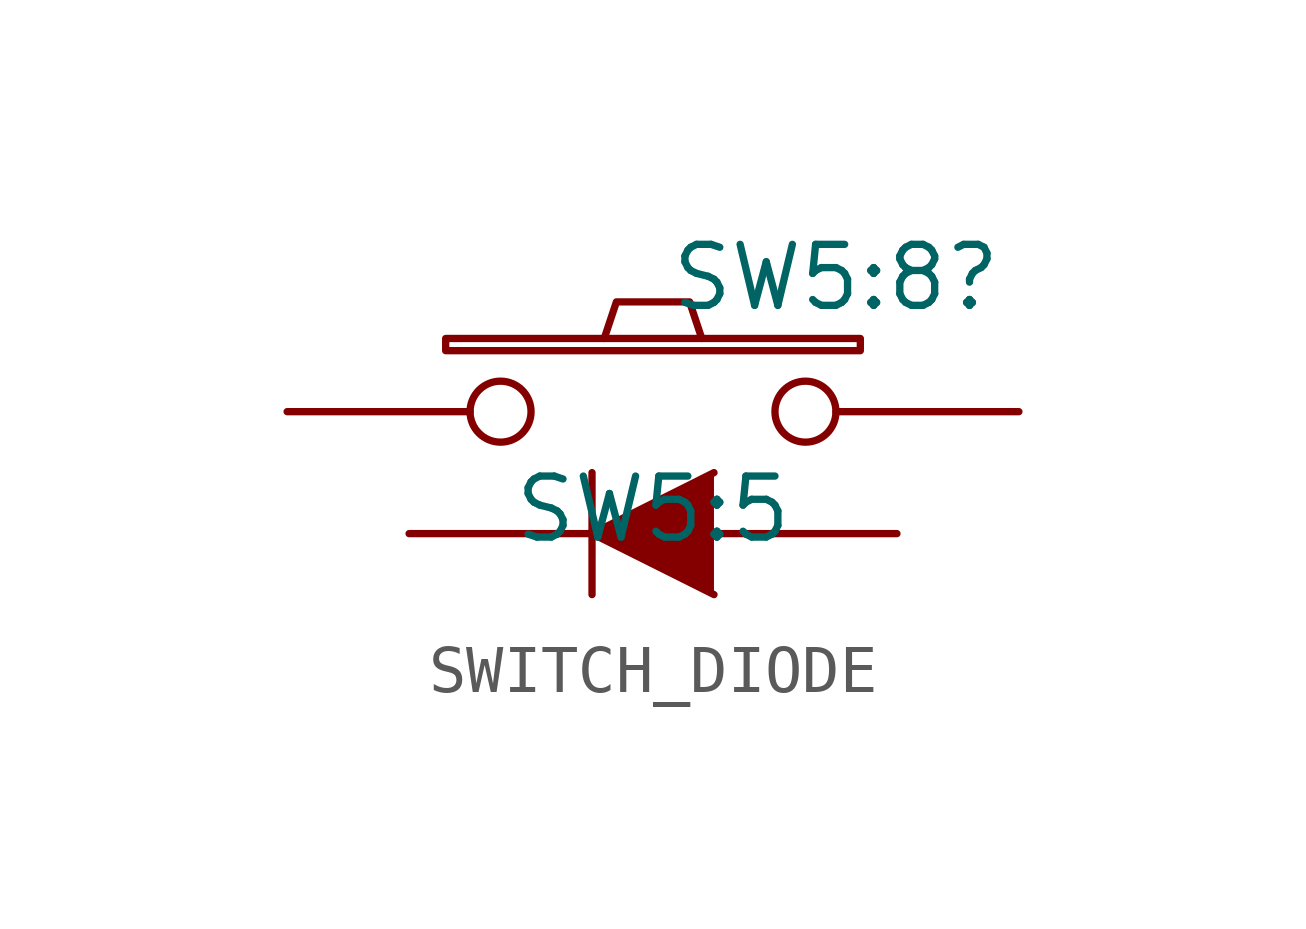
<source format=kicad_sym>
(kicad_symbol_lib
  (version 20211014)
  (generator kicad_symbol_editor)
  (symbol "SWITCH_DIODE"
    (pin_numbers hide)
    (pin_names
      (offset 1.016) hide)
    (property "Reference" "SW5:8"
      (at 3.81 2.794 0)
      (effects (font (size 1.27 1.27))))
    (property "Value" "SW5:5"
      (at 0 -2.032 0)
      (effects (font (size 1.27 1.27))))
    (symbol "SWITCH_DIODE_0_1"
      (rectangle (start -4.318 1.27) (end 4.318 1.524) (stroke (width 0) (type default) (color 0 0 0 0)) (fill (type none)))
      (polyline (pts (xy -1.27 -1.27) (xy -1.27 -3.81)) (stroke (width 0) (type default) (color 0 0 0 0)) (fill (type none)))
      (polyline (pts (xy 1.27 -1.27) (xy -1.27 -2.54) (xy 1.27 -3.81)) (stroke (width 0) (type default) (color 0 0 0 0)) (fill (type outline)))
      (polyline (pts (xy -1.016 1.524) (xy -0.762 2.286) (xy 0.762 2.286) (xy 1.016 1.524)) (stroke (width 0) (type default) (color 0 0 0 0)) (fill (type none)))
      (pin passive inverted (at -7.62 0 0) (length 5.08) (name "1" (effects (font (size 1.524 1.524)))) (number "1" (effects (font (size 1.524 1.524)))))
      (pin passive inverted (at 7.62 0 180) (length 5.08) (name "2" (effects (font (size 1.524 1.524)))) (number "2" (effects (font (size 1.524 1.524))))))
    (symbol "SWITCH_DIODE_1_1"
      (pin power_in line (at 0 0 90) (length 0) hide (name "GND" (effects (font (size 1.27 1.27)))) (number "0" (effects (font (size 1.27 1.27)))))
      (pin passive line (at 5.08 -2.54 180) (length 3.81) (name "A" (effects (font (size 1.016 1.016)))) (number "3" (effects (font (size 1.016 1.016)))))
      (pin passive line (at -5.08 -2.54 0) (length 3.81) (name "K" (effects (font (size 1.016 1.016)))) (number "4" (effects (font (size 1.016 1.016))))))))
</source>
